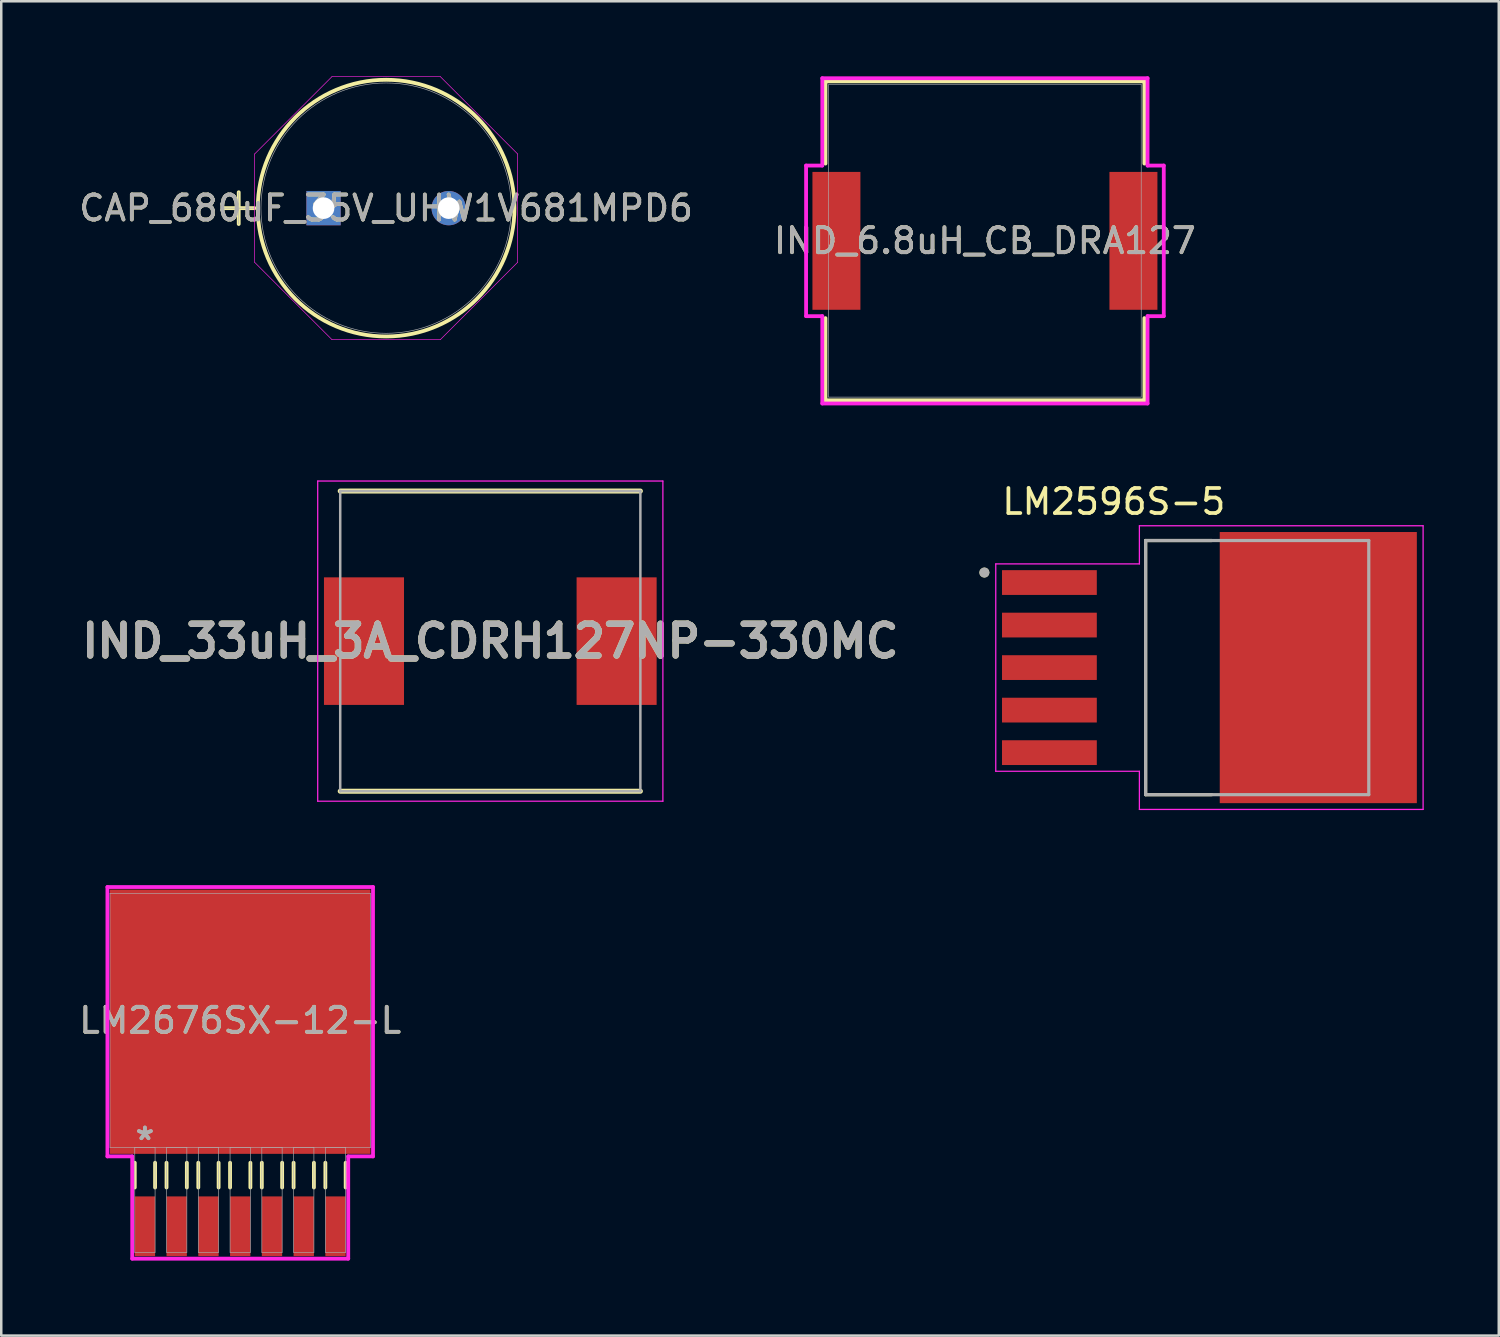
<source format=kicad_pcb>
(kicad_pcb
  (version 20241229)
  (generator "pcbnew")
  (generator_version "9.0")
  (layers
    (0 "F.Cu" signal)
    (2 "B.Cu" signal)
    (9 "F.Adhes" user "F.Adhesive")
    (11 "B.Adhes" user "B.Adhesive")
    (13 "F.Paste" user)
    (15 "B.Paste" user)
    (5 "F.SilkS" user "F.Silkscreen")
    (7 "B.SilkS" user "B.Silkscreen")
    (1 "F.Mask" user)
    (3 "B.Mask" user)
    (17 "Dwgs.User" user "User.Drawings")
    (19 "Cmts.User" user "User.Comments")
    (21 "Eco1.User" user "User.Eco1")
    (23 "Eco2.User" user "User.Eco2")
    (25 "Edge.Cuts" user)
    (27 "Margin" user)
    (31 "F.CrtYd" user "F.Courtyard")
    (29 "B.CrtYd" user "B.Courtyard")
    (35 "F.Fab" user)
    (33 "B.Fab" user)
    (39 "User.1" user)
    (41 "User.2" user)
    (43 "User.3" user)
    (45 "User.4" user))
  (footprint "LM2596S-5"
    (layer "F.Cu")
    (at 45.305 23.64)
    (property "Reference" "LM2596S-5" (at -3.825 -6.635 0) (layer "F.SilkS") (effects (font (size 1 1) (thickness 0.15))))
    (attr smd)
    (fp_line (start -2.553 -5.08) (end 0.09 -5.08) (stroke (width 0.127) (type solid)) (layer "F.SilkS"))
    (fp_line (start -2.553 5.08) (end -2.553 -5.08) (stroke (width 0.127) (type solid)) (layer "F.SilkS"))
    (fp_line (start 0.09 5.08) (end -2.553 5.08) (stroke (width 0.127) (type solid)) (layer "F.SilkS"))
    (fp_circle (center -9 -3.8) (end -8.9 -3.8) (stroke (width 0.2) (type solid)) (fill no) (layer "F.SilkS"))
    (fp_poly (pts (xy 0.96 -5.15) (xy 2.48 -5.15) (xy 2.48 -3.9) (xy 0.96 -3.9)) (stroke (width 0.01) (type solid)) (fill yes) (layer "F.Paste"))
    (fp_poly (pts (xy 0.96 -3.34) (xy 2.48 -3.34) (xy 2.48 -2.09) (xy 0.96 -2.09)) (stroke (width 0.01) (type solid)) (fill yes) (layer "F.Paste"))
    (fp_poly (pts (xy 0.96 -1.53) (xy 2.48 -1.53) (xy 2.48 -0.28) (xy 0.96 -0.28)) (stroke (width 0.01) (type solid)) (fill yes) (layer "F.Paste"))
    (fp_poly (pts (xy 0.96 0.28) (xy 2.48 0.28) (xy 2.48 1.53) (xy 0.96 1.53)) (stroke (width 0.01) (type solid)) (fill yes) (layer "F.Paste"))
    (fp_poly (pts (xy 0.96 2.09) (xy 2.48 2.09) (xy 2.48 3.34) (xy 0.96 3.34)) (stroke (width 0.01) (type solid)) (fill yes) (layer "F.Paste"))
    (fp_poly (pts (xy 0.96 3.9) (xy 2.48 3.9) (xy 2.48 5.15) (xy 0.96 5.15)) (stroke (width 0.01) (type solid)) (fill yes) (layer "F.Paste"))
    (fp_poly (pts (xy 3.59 -5.15) (xy 5.11 -5.15) (xy 5.11 -3.9) (xy 3.59 -3.9)) (stroke (width 0.01) (type solid)) (fill yes) (layer "F.Paste"))
    (fp_poly (pts (xy 3.59 -3.34) (xy 5.11 -3.34) (xy 5.11 -2.09) (xy 3.59 -2.09)) (stroke (width 0.01) (type solid)) (fill yes) (layer "F.Paste"))
    (fp_poly (pts (xy 3.59 -1.53) (xy 5.11 -1.53) (xy 5.11 -0.28) (xy 3.59 -0.28)) (stroke (width 0.01) (type solid)) (fill yes) (layer "F.Paste"))
    (fp_poly (pts (xy 3.59 0.28) (xy 5.11 0.28) (xy 5.11 1.53) (xy 3.59 1.53)) (stroke (width 0.01) (type solid)) (fill yes) (layer "F.Paste"))
    (fp_poly (pts (xy 3.59 2.09) (xy 5.11 2.09) (xy 5.11 3.34) (xy 3.59 3.34)) (stroke (width 0.01) (type solid)) (fill yes) (layer "F.Paste"))
    (fp_poly (pts (xy 3.59 3.9) (xy 5.11 3.9) (xy 5.11 5.15) (xy 3.59 5.15)) (stroke (width 0.01) (type solid)) (fill yes) (layer "F.Paste"))
    (fp_poly (pts (xy 6.22 -5.15) (xy 7.74 -5.15) (xy 7.74 -3.9) (xy 6.22 -3.9)) (stroke (width 0.01) (type solid)) (fill yes) (layer "F.Paste"))
    (fp_poly (pts (xy 6.22 -3.34) (xy 7.74 -3.34) (xy 7.74 -2.09) (xy 6.22 -2.09)) (stroke (width 0.01) (type solid)) (fill yes) (layer "F.Paste"))
    (fp_poly (pts (xy 6.22 -1.53) (xy 7.74 -1.53) (xy 7.74 -0.28) (xy 6.22 -0.28)) (stroke (width 0.01) (type solid)) (fill yes) (layer "F.Paste"))
    (fp_poly (pts (xy 6.22 0.28) (xy 7.74 0.28) (xy 7.74 1.53) (xy 6.22 1.53)) (stroke (width 0.01) (type solid)) (fill yes) (layer "F.Paste"))
    (fp_poly (pts (xy 6.22 2.09) (xy 7.74 2.09) (xy 7.74 3.34) (xy 6.22 3.34)) (stroke (width 0.01) (type solid)) (fill yes) (layer "F.Paste"))
    (fp_poly (pts (xy 6.22 3.9) (xy 7.74 3.9) (xy 7.74 5.15) (xy 6.22 5.15)) (stroke (width 0.01) (type solid)) (fill yes) (layer "F.Paste"))
    (fp_line (start -8.545 -4.145) (end -8.545 4.145) (stroke (width 0.05) (type solid)) (layer "F.CrtYd"))
    (fp_line (start -8.545 4.145) (end -2.803 4.145) (stroke (width 0.05) (type solid)) (layer "F.CrtYd"))
    (fp_line (start -2.803 -5.67) (end -2.803 -4.145) (stroke (width 0.05) (type solid)) (layer "F.CrtYd"))
    (fp_line (start -2.803 -4.145) (end -8.545 -4.145) (stroke (width 0.05) (type solid)) (layer "F.CrtYd"))
    (fp_line (start -2.803 4.145) (end -2.803 5.67) (stroke (width 0.05) (type solid)) (layer "F.CrtYd"))
    (fp_line (start -2.803 5.67) (end 8.54 5.67) (stroke (width 0.05) (type solid)) (layer "F.CrtYd"))
    (fp_line (start 8.54 -5.67) (end -2.803 -5.67) (stroke (width 0.05) (type solid)) (layer "F.CrtYd"))
    (fp_line (start 8.54 5.67) (end 8.54 -5.67) (stroke (width 0.05) (type solid)) (layer "F.CrtYd"))
    (fp_line (start -2.553 -5.08) (end 6.368 -5.08) (stroke (width 0.127) (type solid)) (layer "F.Fab"))
    (fp_line (start -2.553 5.08) (end -2.553 -5.08) (stroke (width 0.127) (type solid)) (layer "F.Fab"))
    (fp_line (start 6.368 -5.08) (end 6.368 5.08) (stroke (width 0.127) (type solid)) (layer "F.Fab"))
    (fp_line (start 6.368 5.08) (end -2.553 5.08) (stroke (width 0.127) (type solid)) (layer "F.Fab"))
    (fp_circle (center -9 -3.8) (end -8.9 -3.8) (stroke (width 0.2) (type solid)) (fill no) (layer "F.Fab"))
    (pad "1" smd rect (at -6.4 -3.4) (size 3.79 0.99) (layers "F.Cu" "F.Mask" "F.Paste"))
    (pad "2" smd rect (at -6.4 -1.7) (size 3.79 0.99) (layers "F.Cu" "F.Mask" "F.Paste"))
    (pad "3" smd rect (at -6.4 0) (size 3.79 0.99) (layers "F.Cu" "F.Mask" "F.Paste"))
    (pad "4" smd rect (at -6.4 1.7) (size 3.79 0.99) (layers "F.Cu" "F.Mask" "F.Paste"))
    (pad "5" smd rect (at -6.4 3.4) (size 3.79 0.99) (layers "F.Cu" "F.Mask" "F.Paste"))
    (pad "6" smd rect (at 4.35 0) (size 7.88 10.84) (layers "F.Cu" "F.Mask")))
  (footprint "IND_33uH_3A_CDRH127NP-330MC"
    (layer "F.Cu")
    (at 16.552 22.582)
    (property "Reference" "IND_33uH_3A_CDRH127NP-330MC" (at 0 0 0) (layer "F.SilkS") (effects (font (size 1.27 1.27) (thickness 0.254))))
    (attr smd)
    (fp_line (start -6 6) (end 6 6) (stroke (width 0.2) (type solid)) (layer "F.SilkS"))
    (fp_line (start 6 -6) (end -6 -6) (stroke (width 0.2) (type solid)) (layer "F.SilkS"))
    (fp_line (start -6.9 -6.4) (end 6.9 -6.4) (stroke (width 0.05) (type solid)) (layer "F.CrtYd"))
    (fp_line (start -6.9 6.4) (end -6.9 -6.4) (stroke (width 0.05) (type solid)) (layer "F.CrtYd"))
    (fp_line (start 6.9 -6.4) (end 6.9 6.4) (stroke (width 0.05) (type solid)) (layer "F.CrtYd"))
    (fp_line (start 6.9 6.4) (end -6.9 6.4) (stroke (width 0.05) (type solid)) (layer "F.CrtYd"))
    (fp_line (start -6 -6) (end 6 -6) (stroke (width 0.1) (type solid)) (layer "F.Fab"))
    (fp_line (start -6 6) (end -6 -6) (stroke (width 0.1) (type solid)) (layer "F.Fab"))
    (fp_line (start 6 -6) (end 6 6) (stroke (width 0.1) (type solid)) (layer "F.Fab"))
    (fp_line (start 6 6) (end -6 6) (stroke (width 0.1) (type solid)) (layer "F.Fab"))
    (fp_text user "${REFERENCE}" (at 0 0 0) (layer "F.Fab") (effects (font (size 1.27 1.27) (thickness 0.254))))
    (pad "1" smd rect (at -5.05 0) (size 3.2 5.1) (layers "F.Cu" "F.Mask" "F.Paste"))
    (pad "2" smd rect (at 5.05 0) (size 3.2 5.1) (layers "F.Cu" "F.Mask" "F.Paste")))
  (footprint "CAP_680uF_35V_UHW1V681MPD6"
    (layer "F.Cu")
    (at 9.885 5.271)
    (property "Reference" "CAP_680uF_35V_UHW1V681MPD6" (at 2.502 0 0) (unlocked yes) (layer "F.SilkS") (effects (font (size 1 1) (thickness 0.15))))
    (attr through_hole)
    (fp_line (start -4.026 0) (end -2.756 0) (stroke (width 0.152) (type solid)) (layer "F.SilkS"))
    (fp_line (start -3.391 -0.635) (end -3.391 0.635) (stroke (width 0.152) (type solid)) (layer "F.SilkS"))
    (fp_circle (center 2.502 0) (end 7.633 0) (stroke (width 0.152) (type solid)) (fill no) (layer "F.SilkS"))
    (fp_line (start -2.756 -2.165) (end 0.337 -5.258) (stroke (width 0.025) (type solid)) (layer "F.CrtYd"))
    (fp_line (start -2.756 2.165) (end -2.756 -2.165) (stroke (width 0.025) (type solid)) (layer "F.CrtYd"))
    (fp_line (start 0.337 -5.258) (end 4.667 -5.258) (stroke (width 0.025) (type solid)) (layer "F.CrtYd"))
    (fp_line (start 0.337 5.258) (end -2.756 2.165) (stroke (width 0.025) (type solid)) (layer "F.CrtYd"))
    (fp_line (start 4.667 -5.258) (end 7.76 -2.165) (stroke (width 0.025) (type solid)) (layer "F.CrtYd"))
    (fp_line (start 4.667 5.258) (end 0.337 5.258) (stroke (width 0.025) (type solid)) (layer "F.CrtYd"))
    (fp_line (start 7.76 -2.165) (end 7.76 2.165) (stroke (width 0.025) (type solid)) (layer "F.CrtYd"))
    (fp_line (start 7.76 2.165) (end 4.667 5.258) (stroke (width 0.025) (type solid)) (layer "F.CrtYd"))
    (fp_line (start -4.026 0) (end -2.756 0) (stroke (width 0.025) (type solid)) (layer "F.Fab"))
    (fp_line (start -3.391 -0.635) (end -3.391 0.635) (stroke (width 0.025) (type solid)) (layer "F.Fab"))
    (fp_circle (center 2.502 0) (end 7.506 0) (stroke (width 0.025) (type solid)) (fill no) (layer "F.Fab"))
    (fp_text user "${REFERENCE}" (at 2.502 0 0) (unlocked yes) (layer "F.Fab") (effects (font (size 1 1) (thickness 0.15))))
    (pad "1" thru_hole rect (at 0 0) (size 1.372 1.372) (drill 0.864) (layers "*.Cu" "*.Mask"))
    (pad "2" thru_hole circle (at 5.004 0) (size 1.372 1.372) (drill 0.864) (layers "*.Cu" "*.Mask")))
  (footprint "LM2676SX-12-L"
    (layer "F.Cu")
    (at 6.554 37.746)
    (property "Reference" "LM2676SX-12-L" (at 0 0 0) (unlocked yes) (layer "F.SilkS") (effects (font (size 1 1) (thickness 0.15))))
    (attr smd)
    (fp_line (start -4.216 5.69) (end -4.216 6.68) (stroke (width 0.152) (type solid)) (layer "F.SilkS"))
    (fp_line (start -3.404 5.69) (end -3.404 6.68) (stroke (width 0.152) (type solid)) (layer "F.SilkS"))
    (fp_line (start -2.946 5.69) (end -2.946 6.68) (stroke (width 0.152) (type solid)) (layer "F.SilkS"))
    (fp_line (start -2.134 5.69) (end -2.134 6.68) (stroke (width 0.152) (type solid)) (layer "F.SilkS"))
    (fp_line (start -1.676 5.69) (end -1.676 6.68) (stroke (width 0.152) (type solid)) (layer "F.SilkS"))
    (fp_line (start -0.864 5.69) (end -0.864 6.68) (stroke (width 0.152) (type solid)) (layer "F.SilkS"))
    (fp_line (start -0.406 5.69) (end -0.406 6.68) (stroke (width 0.152) (type solid)) (layer "F.SilkS"))
    (fp_line (start 0.406 5.69) (end 0.406 6.68) (stroke (width 0.152) (type solid)) (layer "F.SilkS"))
    (fp_line (start 0.864 5.69) (end 0.864 6.68) (stroke (width 0.152) (type solid)) (layer "F.SilkS"))
    (fp_line (start 1.676 5.69) (end 1.676 6.68) (stroke (width 0.152) (type solid)) (layer "F.SilkS"))
    (fp_line (start 2.134 5.69) (end 2.134 6.68) (stroke (width 0.152) (type solid)) (layer "F.SilkS"))
    (fp_line (start 2.946 5.69) (end 2.946 6.68) (stroke (width 0.152) (type solid)) (layer "F.SilkS"))
    (fp_line (start 3.404 5.69) (end 3.404 6.68) (stroke (width 0.152) (type solid)) (layer "F.SilkS"))
    (fp_line (start 4.216 5.69) (end 4.216 6.68) (stroke (width 0.152) (type solid)) (layer "F.SilkS"))
    (fp_line (start -5.309 -5.334) (end 5.309 -5.334) (stroke (width 0.152) (type solid)) (layer "F.CrtYd"))
    (fp_line (start -5.309 5.436) (end -5.309 -5.334) (stroke (width 0.152) (type solid)) (layer "F.CrtYd"))
    (fp_line (start -4.318 5.436) (end -5.309 5.436) (stroke (width 0.152) (type solid)) (layer "F.CrtYd"))
    (fp_line (start -4.318 9.525) (end -4.318 5.436) (stroke (width 0.152) (type solid)) (layer "F.CrtYd"))
    (fp_line (start 4.318 5.436) (end 4.318 9.525) (stroke (width 0.152) (type solid)) (layer "F.CrtYd"))
    (fp_line (start 4.318 9.525) (end -4.318 9.525) (stroke (width 0.152) (type solid)) (layer "F.CrtYd"))
    (fp_line (start 5.309 -5.334) (end 5.309 5.436) (stroke (width 0.152) (type solid)) (layer "F.CrtYd"))
    (fp_line (start 5.309 5.436) (end 4.318 5.436) (stroke (width 0.152) (type solid)) (layer "F.CrtYd"))
    (fp_line (start -5.207 -5.08) (end -5.207 5.08) (stroke (width 0.025) (type solid)) (layer "F.Fab"))
    (fp_line (start -5.207 5.08) (end 5.207 5.08) (stroke (width 0.025) (type solid)) (layer "F.Fab"))
    (fp_line (start -4.216 5.08) (end -4.216 9.271) (stroke (width 0.025) (type solid)) (layer "F.Fab"))
    (fp_line (start -4.216 9.271) (end -3.404 9.271) (stroke (width 0.025) (type solid)) (layer "F.Fab"))
    (fp_line (start -3.404 5.08) (end -4.216 5.08) (stroke (width 0.025) (type solid)) (layer "F.Fab"))
    (fp_line (start -3.404 9.271) (end -3.404 5.08) (stroke (width 0.025) (type solid)) (layer "F.Fab"))
    (fp_line (start -2.946 5.08) (end -2.946 9.271) (stroke (width 0.025) (type solid)) (layer "F.Fab"))
    (fp_line (start -2.946 9.271) (end -2.134 9.271) (stroke (width 0.025) (type solid)) (layer "F.Fab"))
    (fp_line (start -2.134 5.08) (end -2.946 5.08) (stroke (width 0.025) (type solid)) (layer "F.Fab"))
    (fp_line (start -2.134 9.271) (end -2.134 5.08) (stroke (width 0.025) (type solid)) (layer "F.Fab"))
    (fp_line (start -1.676 5.08) (end -1.676 9.271) (stroke (width 0.025) (type solid)) (layer "F.Fab"))
    (fp_line (start -1.676 9.271) (end -0.864 9.271) (stroke (width 0.025) (type solid)) (layer "F.Fab"))
    (fp_line (start -0.864 5.08) (end -1.676 5.08) (stroke (width 0.025) (type solid)) (layer "F.Fab"))
    (fp_line (start -0.864 9.271) (end -0.864 5.08) (stroke (width 0.025) (type solid)) (layer "F.Fab"))
    (fp_line (start -0.406 5.08) (end -0.406 9.271) (stroke (width 0.025) (type solid)) (layer "F.Fab"))
    (fp_line (start -0.406 9.271) (end 0.406 9.271) (stroke (width 0.025) (type solid)) (layer "F.Fab"))
    (fp_line (start 0.406 5.08) (end -0.406 5.08) (stroke (width 0.025) (type solid)) (layer "F.Fab"))
    (fp_line (start 0.406 9.271) (end 0.406 5.08) (stroke (width 0.025) (type solid)) (layer "F.Fab"))
    (fp_line (start 0.864 5.08) (end 0.864 9.271) (stroke (width 0.025) (type solid)) (layer "F.Fab"))
    (fp_line (start 0.864 9.271) (end 1.676 9.271) (stroke (width 0.025) (type solid)) (layer "F.Fab"))
    (fp_line (start 1.676 5.08) (end 0.864 5.08) (stroke (width 0.025) (type solid)) (layer "F.Fab"))
    (fp_line (start 1.676 9.271) (end 1.676 5.08) (stroke (width 0.025) (type solid)) (layer "F.Fab"))
    (fp_line (start 2.134 5.08) (end 2.134 9.271) (stroke (width 0.025) (type solid)) (layer "F.Fab"))
    (fp_line (start 2.134 9.271) (end 2.946 9.271) (stroke (width 0.025) (type solid)) (layer "F.Fab"))
    (fp_line (start 2.946 5.08) (end 2.134 5.08) (stroke (width 0.025) (type solid)) (layer "F.Fab"))
    (fp_line (start 2.946 9.271) (end 2.946 5.08) (stroke (width 0.025) (type solid)) (layer "F.Fab"))
    (fp_line (start 3.404 5.08) (end 3.404 9.271) (stroke (width 0.025) (type solid)) (layer "F.Fab"))
    (fp_line (start 3.404 9.271) (end 4.216 9.271) (stroke (width 0.025) (type solid)) (layer "F.Fab"))
    (fp_line (start 4.216 5.08) (end 3.404 5.08) (stroke (width 0.025) (type solid)) (layer "F.Fab"))
    (fp_line (start 4.216 9.271) (end 4.216 5.08) (stroke (width 0.025) (type solid)) (layer "F.Fab"))
    (fp_line (start 5.207 -5.08) (end -5.207 -5.08) (stroke (width 0.025) (type solid)) (layer "F.Fab"))
    (fp_line (start 5.207 5.08) (end 5.207 -5.08) (stroke (width 0.025) (type solid)) (layer "F.Fab"))
    (fp_text user "*" (at -3.81 4.826 0) (layer "F.Fab") (effects (font (size 1 1) (thickness 0.15))))
    (fp_text user "${REFERENCE}" (at 0 0 0) (unlocked yes) (layer "F.Fab") (effects (font (size 1 1) (thickness 0.15))))
    (fp_text user "*" (at -3.81 4.826 0) (unlocked yes) (layer "F.Fab") (effects (font (size 1 1) (thickness 0.15))))
    (pad "1" smd rect (at -3.81 8.23) (size 0.813 2.388) (layers "F.Cu" "F.Mask" "F.Paste"))
    (pad "2" smd rect (at -2.54 8.23) (size 0.813 2.388) (layers "F.Cu" "F.Mask" "F.Paste"))
    (pad "3" smd rect (at -1.27 8.23) (size 0.813 2.388) (layers "F.Cu" "F.Mask" "F.Paste"))
    (pad "4" smd rect (at 0 8.23) (size 0.813 2.388) (layers "F.Cu" "F.Mask" "F.Paste"))
    (pad "5" smd rect (at 1.27 8.23) (size 0.813 2.388) (layers "F.Cu" "F.Mask" "F.Paste"))
    (pad "6" smd rect (at 2.54 8.23) (size 0.813 2.388) (layers "F.Cu" "F.Mask" "F.Paste"))
    (pad "7" smd rect (at 3.81 8.23) (size 0.813 2.388) (layers "F.Cu" "F.Mask" "F.Paste"))
    (pad "8" smd rect (at 0 0.051) (size 10.414 10.566) (layers "F.Cu" "F.Mask" "F.Paste")))
  (footprint "IND_6.8uH_CB_DRA127"
    (layer "F.Cu")
    (at 36.327 6.579)
    (property "Reference" "IND_6.8uH_CB_DRA127" (at 0 0 0) (unlocked yes) (layer "F.SilkS") (effects (font (size 1 1) (thickness 0.15))))
    (attr smd)
    (fp_line (start -6.375 -6.375) (end -6.375 -3.089) (stroke (width 0.152) (type solid)) (layer "F.SilkS"))
    (fp_line (start -6.375 3.089) (end -6.375 6.375) (stroke (width 0.152) (type solid)) (layer "F.SilkS"))
    (fp_line (start -6.375 6.375) (end 6.375 6.375) (stroke (width 0.152) (type solid)) (layer "F.SilkS"))
    (fp_line (start 6.375 -6.375) (end -6.375 -6.375) (stroke (width 0.152) (type solid)) (layer "F.SilkS"))
    (fp_line (start 6.375 -3.089) (end 6.375 -6.375) (stroke (width 0.152) (type solid)) (layer "F.SilkS"))
    (fp_line (start 6.375 6.375) (end 6.375 3.089) (stroke (width 0.152) (type solid)) (layer "F.SilkS"))
    (fp_line (start -7.15 -3.01) (end -6.502 -3.01) (stroke (width 0.152) (type solid)) (layer "F.CrtYd"))
    (fp_line (start -7.15 3.01) (end -7.15 -3.01) (stroke (width 0.152) (type solid)) (layer "F.CrtYd"))
    (fp_line (start -6.502 -6.502) (end 6.502 -6.502) (stroke (width 0.152) (type solid)) (layer "F.CrtYd"))
    (fp_line (start -6.502 -3.01) (end -6.502 -6.502) (stroke (width 0.152) (type solid)) (layer "F.CrtYd"))
    (fp_line (start -6.502 3.01) (end -7.15 3.01) (stroke (width 0.152) (type solid)) (layer "F.CrtYd"))
    (fp_line (start -6.502 6.502) (end -6.502 3.01) (stroke (width 0.152) (type solid)) (layer "F.CrtYd"))
    (fp_line (start 6.502 -6.502) (end 6.502 -3.01) (stroke (width 0.152) (type solid)) (layer "F.CrtYd"))
    (fp_line (start 6.502 -3.01) (end 7.15 -3.01) (stroke (width 0.152) (type solid)) (layer "F.CrtYd"))
    (fp_line (start 6.502 3.01) (end 6.502 6.502) (stroke (width 0.152) (type solid)) (layer "F.CrtYd"))
    (fp_line (start 6.502 6.502) (end -6.502 6.502) (stroke (width 0.152) (type solid)) (layer "F.CrtYd"))
    (fp_line (start 7.15 -3.01) (end 7.15 3.01) (stroke (width 0.152) (type solid)) (layer "F.CrtYd"))
    (fp_line (start 7.15 3.01) (end 6.502 3.01) (stroke (width 0.152) (type solid)) (layer "F.CrtYd"))
    (fp_line (start -6.248 -6.248) (end -6.248 6.248) (stroke (width 0.025) (type solid)) (layer "F.Fab"))
    (fp_line (start -6.248 6.248) (end 6.248 6.248) (stroke (width 0.025) (type solid)) (layer "F.Fab"))
    (fp_line (start 6.248 -6.248) (end -6.248 -6.248) (stroke (width 0.025) (type solid)) (layer "F.Fab"))
    (fp_line (start 6.248 6.248) (end 6.248 -6.248) (stroke (width 0.025) (type solid)) (layer "F.Fab"))
    (fp_circle (center -6.172 0) (end -6.172 0) (stroke (width 0.025) (type solid)) (fill no) (layer "F.Fab"))
    (fp_text user "${REFERENCE}" (at 0 0 0) (unlocked yes) (layer "F.Fab") (effects (font (size 1 1) (thickness 0.15))))
    (pad "1" smd rect (at -5.937 0) (size 1.918 5.512) (layers "F.Cu" "F.Mask" "F.Paste"))
    (pad "2" smd rect (at 5.937 0) (size 1.918 5.512) (layers "F.Cu" "F.Mask" "F.Paste"))
    (zone (net_name "") (layer "F.Cu") (hatch full 0.508) (connect_pads) (min_thickness 0.254) (filled_areas_thickness no) (keepout (tracks not_allowed) (vias not_allowed) (pads allowed) (copperpour not_allowed) (footprints allowed)) (placement (enabled no)) (fill) (polygon (pts (xy 31.4 0.381) (xy 41.255 0.381) (xy 41.255 12.776) (xy 31.4 12.776)))))
  (gr_rect
    (start -3 -3)
    (end 56.87 50.347)
    (stroke (width 0.1) (type default))
    (fill no)
    (layer "Edge.Cuts")))
</source>
